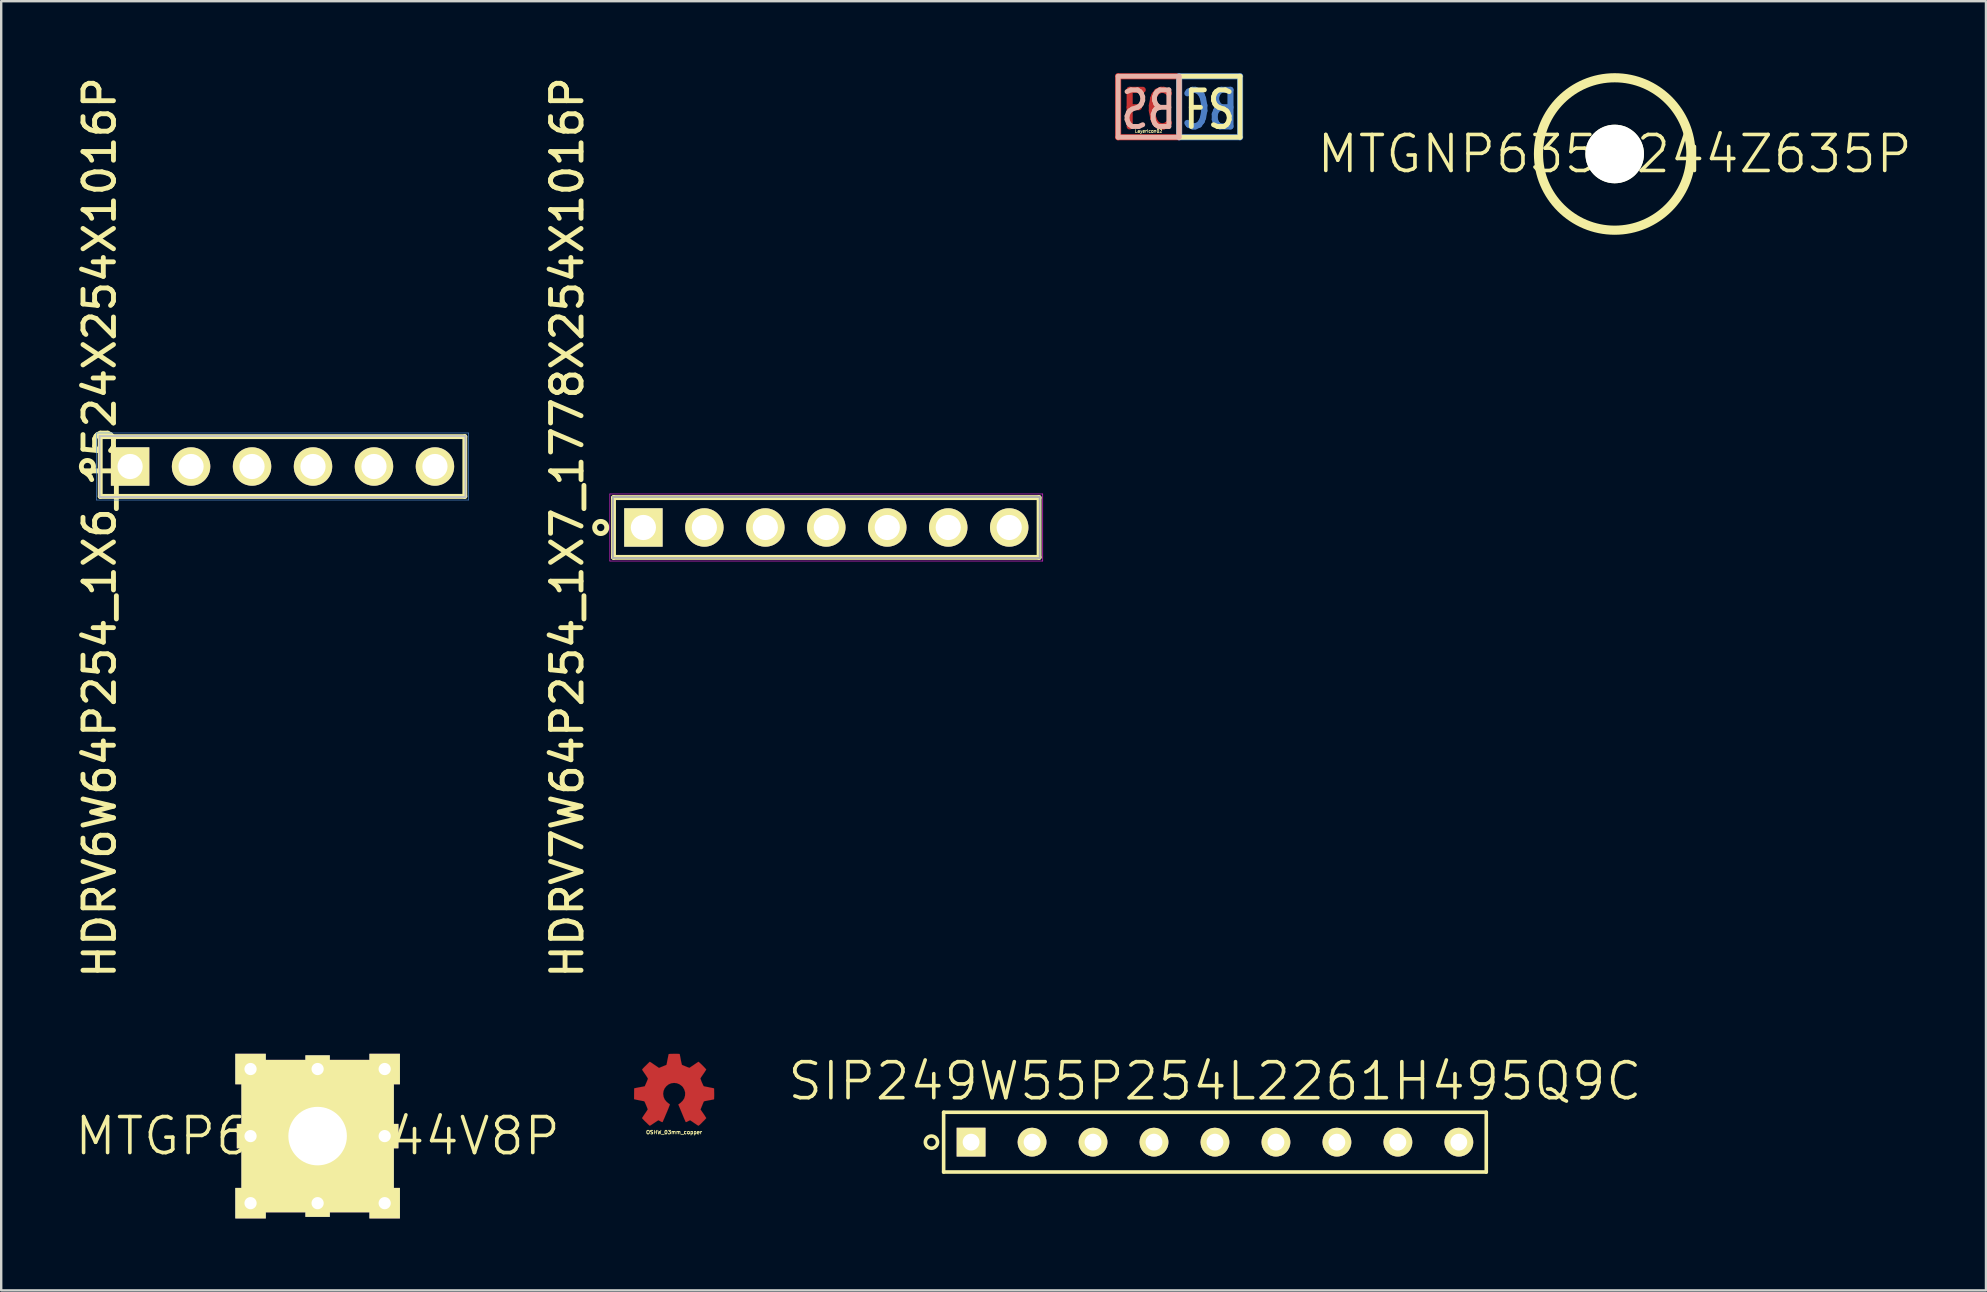
<source format=kicad_pcb>
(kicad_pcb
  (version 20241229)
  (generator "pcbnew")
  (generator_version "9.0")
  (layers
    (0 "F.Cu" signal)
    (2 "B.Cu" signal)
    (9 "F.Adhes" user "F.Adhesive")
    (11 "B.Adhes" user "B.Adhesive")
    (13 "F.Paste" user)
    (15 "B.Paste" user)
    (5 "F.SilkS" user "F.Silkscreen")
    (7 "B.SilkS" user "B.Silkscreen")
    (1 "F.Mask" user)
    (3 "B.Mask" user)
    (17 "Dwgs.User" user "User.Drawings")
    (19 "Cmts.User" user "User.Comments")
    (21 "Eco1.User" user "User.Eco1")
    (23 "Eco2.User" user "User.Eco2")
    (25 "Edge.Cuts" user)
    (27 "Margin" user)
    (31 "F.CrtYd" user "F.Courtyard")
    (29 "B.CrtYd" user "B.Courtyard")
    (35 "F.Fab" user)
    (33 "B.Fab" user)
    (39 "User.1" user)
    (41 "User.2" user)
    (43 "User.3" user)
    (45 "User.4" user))
  (footprint "HDRV6W64P254_1X6_1524X254X1016P"
    (layer "F.Cu")
    (at 8.72 16.385)
    (property "Reference" "HDRV6W64P254_1X6_1524X254X1016P" (at -7.62 2.54 90) (layer "F.SilkS") (effects (font (size 1.27 1.27) (thickness 0.203))))
    (attr through_hole)
    (fp_line (start -7.595 -1.245) (end 7.595 -1.245) (stroke (width 0.203) (type solid)) (layer "F.SilkS"))
    (fp_line (start -7.595 1.245) (end -7.595 -1.245) (stroke (width 0.203) (type solid)) (layer "F.SilkS"))
    (fp_line (start 7.595 -1.245) (end 7.595 1.245) (stroke (width 0.203) (type solid)) (layer "F.SilkS"))
    (fp_line (start 7.595 1.245) (end -7.595 1.245) (stroke (width 0.203) (type solid)) (layer "F.SilkS"))
    (fp_circle (center -8.128 0) (end -8.382 0) (stroke (width 0.203) (type solid)) (fill no) (layer "F.SilkS"))
    (fp_line (start -7.62 -1.27) (end 7.62 -1.27) (stroke (width 0.076) (type solid)) (layer "Dwgs.User"))
    (fp_line (start -7.62 1.27) (end -7.62 -1.27) (stroke (width 0.076) (type solid)) (layer "Dwgs.User"))
    (fp_line (start 7.62 -1.27) (end 7.62 1.27) (stroke (width 0.076) (type solid)) (layer "Dwgs.User"))
    (fp_line (start 7.62 1.27) (end -7.62 1.27) (stroke (width 0.076) (type solid)) (layer "Dwgs.User"))
    (fp_line (start -7.747 -1.397) (end 7.747 -1.397) (stroke (width 0.025) (type solid)) (layer "Cmts.User"))
    (fp_line (start -7.747 1.397) (end -7.747 -1.397) (stroke (width 0.025) (type solid)) (layer "Cmts.User"))
    (fp_line (start 7.747 -1.397) (end 7.747 1.397) (stroke (width 0.025) (type solid)) (layer "Cmts.User"))
    (fp_line (start 7.747 1.397) (end -7.747 1.397) (stroke (width 0.025) (type solid)) (layer "Cmts.User"))
    (pad "1" thru_hole rect (at -6.35 0) (size 1.6 1.6) (drill 1.049) (layers "*.Cu" "*.Mask" "F.SilkS"))
    (pad "2" thru_hole circle (at -3.81 0) (size 1.6 1.6) (drill 1.049) (layers "*.Cu" "*.Mask" "F.SilkS"))
    (pad "3" thru_hole circle (at -1.27 0) (size 1.6 1.6) (drill 1.049) (layers "*.Cu" "*.Mask" "F.SilkS"))
    (pad "4" thru_hole circle (at 1.27 0) (size 1.6 1.6) (drill 1.049) (layers "*.Cu" "*.Mask" "F.SilkS"))
    (pad "5" thru_hole circle (at 3.81 0) (size 1.6 1.6) (drill 1.049) (layers "*.Cu" "*.Mask" "F.SilkS"))
    (pad "6" thru_hole circle (at 6.35 0) (size 1.6 1.6) (drill 1.049) (layers "*.Cu" "*.Mask" "F.SilkS")))
  (footprint "MTGP635H244V8P"
    (layer "F.Cu")
    (at 10.182 44.28)
    (property "Reference" "MTGP635H244V8P" (at 0 0 0) (layer "F.SilkS") (effects (font (size 1.5 1.5) (thickness 0.15))))
    (attr through_hole)
    (pad "0" thru_hole rect (at -2.794 -2.794) (size 1.27 1.27) (drill 0.508) (layers "*.Cu" "*.Mask" "F.SilkS"))
    (pad "0" thru_hole rect (at -2.794 0) (size 1.143 1.016) (drill 0.508) (layers "*.Cu" "*.Mask" "F.SilkS"))
    (pad "0" thru_hole rect (at -2.794 2.794) (size 1.27 1.27) (drill 0.508) (layers "*.Cu" "*.Mask" "F.SilkS"))
    (pad "0" thru_hole rect (at 0 -2.794) (size 1.016 1.143) (drill 0.508) (layers "*.Cu" "*.Mask" "F.SilkS"))
    (pad "0" thru_hole rect (at 0 0 180) (size 6.35 6.35) (drill 2.438) (layers "*.Cu" "*.Mask" "F.SilkS"))
    (pad "0" thru_hole rect (at 0 2.794) (size 1.016 1.143) (drill 0.508) (layers "*.Cu" "*.Mask" "F.SilkS"))
    (pad "0" thru_hole rect (at 2.794 -2.794) (size 1.27 1.27) (drill 0.508) (layers "*.Cu" "*.Mask" "F.SilkS"))
    (pad "0" thru_hole rect (at 2.794 0) (size 1.143 1.016) (drill 0.508) (layers "*.Cu" "*.Mask" "F.SilkS"))
    (pad "0" thru_hole rect (at 2.794 2.794) (size 1.27 1.27) (drill 0.508) (layers "*.Cu" "*.Mask" "F.SilkS")))
  (footprint "LayerIcon02"
    (layer "F.Cu")
    (at 44.801 1.397)
    (property "Reference" "LayerIcon02" (at 0 1.016 0) (layer "F.SilkS") (effects (font (size 0.127 0.127) (thickness 0.025))))
    (attr through_hole)
    (fp_line (start -1.27 -1.27) (end 1.27 -1.27) (stroke (width 0.254) (type solid)) (layer "F.Cu"))
    (fp_line (start -1.27 1.27) (end -1.27 -1.27) (stroke (width 0.254) (type solid)) (layer "F.Cu"))
    (fp_line (start 1.27 -1.27) (end 1.27 1.27) (stroke (width 0.254) (type solid)) (layer "F.Cu"))
    (fp_line (start 1.27 1.27) (end -1.27 1.27) (stroke (width 0.254) (type solid)) (layer "F.Cu"))
    (fp_line (start 1.27 -1.27) (end 3.81 -1.27) (stroke (width 0.254) (type solid)) (layer "B.Cu"))
    (fp_line (start 1.27 1.27) (end 1.27 -1.27) (stroke (width 0.254) (type solid)) (layer "B.Cu"))
    (fp_line (start 3.81 -1.27) (end 3.81 1.27) (stroke (width 0.254) (type solid)) (layer "B.Cu"))
    (fp_line (start 3.81 1.27) (end 1.27 1.27) (stroke (width 0.254) (type solid)) (layer "B.Cu"))
    (fp_line (start 1.27 1.27) (end 1.27 -1.27) (stroke (width 0.203) (type solid)) (layer "F.SilkS"))
    (fp_line (start 1.27 1.27) (end 3.81 1.27) (stroke (width 0.203) (type solid)) (layer "F.SilkS"))
    (fp_line (start 3.81 -1.27) (end 1.27 -1.27) (stroke (width 0.203) (type solid)) (layer "F.SilkS"))
    (fp_line (start 3.81 -1.27) (end 3.81 1.27) (stroke (width 0.203) (type solid)) (layer "F.SilkS"))
    (fp_line (start -1.27 -1.27) (end -1.27 1.27) (stroke (width 0.203) (type solid)) (layer "B.SilkS"))
    (fp_line (start -1.27 1.27) (end 1.27 1.27) (stroke (width 0.203) (type solid)) (layer "B.SilkS"))
    (fp_line (start 1.27 -1.27) (end -1.27 -1.27) (stroke (width 0.203) (type solid)) (layer "B.SilkS"))
    (fp_line (start 1.27 1.27) (end 1.27 -1.27) (stroke (width 0.203) (type solid)) (layer "B.SilkS"))
    (fp_text user "FC" (at 0 0.127 0) (layer "F.Cu") (effects (font (size 1.524 1.143) (thickness 0.254))))
    (fp_text user "BC" (at 2.54 0.127 0) (layer "B.Cu") (effects (font (size 1.524 1.143) (thickness 0.254)) (justify mirror)))
    (fp_text user "FS" (at 2.54 0.127 0) (layer "F.SilkS") (effects (font (size 1.524 1.143) (thickness 0.203))))
    (fp_text user "BS" (at 0 0.127 0) (layer "B.SilkS") (effects (font (size 1.524 1.143) (thickness 0.203)) (justify mirror))))
  (footprint "HDRV7W64P254_1X7_1778X254X1016P"
    (layer "F.Cu")
    (at 31.374 18.925)
    (property "Reference" "HDRV7W64P254_1X7_1778X254X1016P" (at -10.795 0 90) (layer "F.SilkS") (effects (font (size 1.27 1.27) (thickness 0.203))))
    (attr through_hole)
    (fp_line (start -8.865 -1.245) (end 8.865 -1.245) (stroke (width 0.203) (type solid)) (layer "F.SilkS"))
    (fp_line (start -8.865 1.245) (end -8.865 -1.245) (stroke (width 0.203) (type solid)) (layer "F.SilkS"))
    (fp_line (start 8.865 -1.245) (end 8.865 1.245) (stroke (width 0.203) (type solid)) (layer "F.SilkS"))
    (fp_line (start 8.865 1.245) (end -8.865 1.245) (stroke (width 0.203) (type solid)) (layer "F.SilkS"))
    (fp_circle (center -9.398 0) (end -9.652 0) (stroke (width 0.203) (type solid)) (fill no) (layer "F.SilkS"))
    (fp_line (start -9.017 -1.397) (end 9.017 -1.397) (stroke (width 0.025) (type solid)) (layer "F.CrtYd"))
    (fp_line (start -9.017 1.397) (end -9.017 -1.397) (stroke (width 0.025) (type solid)) (layer "F.CrtYd"))
    (fp_line (start 9.017 -1.397) (end 9.017 1.397) (stroke (width 0.025) (type solid)) (layer "F.CrtYd"))
    (fp_line (start 9.017 1.397) (end -9.017 1.397) (stroke (width 0.025) (type solid)) (layer "F.CrtYd"))
    (fp_line (start -8.89 -1.27) (end 8.89 -1.27) (stroke (width 0.076) (type solid)) (layer "F.Fab"))
    (fp_line (start -8.89 1.27) (end -8.89 -1.27) (stroke (width 0.076) (type solid)) (layer "F.Fab"))
    (fp_line (start 8.89 -1.27) (end 8.89 1.27) (stroke (width 0.076) (type solid)) (layer "F.Fab"))
    (fp_line (start 8.89 1.27) (end -8.89 1.27) (stroke (width 0.076) (type solid)) (layer "F.Fab"))
    (pad "1" thru_hole rect (at -7.62 0) (size 1.6 1.6) (drill 1.049) (layers "*.Cu" "*.Mask" "F.SilkS"))
    (pad "2" thru_hole circle (at -5.08 0) (size 1.6 1.6) (drill 1.049) (layers "*.Cu" "*.Mask" "F.SilkS"))
    (pad "3" thru_hole circle (at -2.54 0) (size 1.6 1.6) (drill 1.049) (layers "*.Cu" "*.Mask" "F.SilkS"))
    (pad "4" thru_hole circle (at 0 0) (size 1.6 1.6) (drill 1.049) (layers "*.Cu" "*.Mask" "F.SilkS"))
    (pad "5" thru_hole circle (at 2.54 0) (size 1.6 1.6) (drill 1.049) (layers "*.Cu" "*.Mask" "F.SilkS"))
    (pad "6" thru_hole circle (at 5.08 0) (size 1.6 1.6) (drill 1.049) (layers "*.Cu" "*.Mask" "F.SilkS"))
    (pad "7" thru_hole circle (at 7.62 0) (size 1.6 1.6) (drill 1.049) (layers "*.Cu" "*.Mask" "F.SilkS")))
  (footprint "MTGNP635H244Z635P"
    (layer "F.Cu")
    (at 64.218 3.365)
    (property "Reference" "MTGNP635H244Z635P" (at 0 0 0) (layer "F.SilkS") (effects (font (size 1.5 1.5) (thickness 0.15))))
    (attr through_hole)
    (fp_circle (center 0 0) (end 0 3.175) (stroke (width 0.381) (type solid)) (fill no) (layer "F.SilkS"))
    (pad "" np_thru_hole circle (at 0 0) (size 2.44 2.44) (drill 2.44) (layers "*.Cu" "*.Mask" "F.SilkS")))
  (footprint "SIP249W55P254L2261H495Q9C"
    (layer "F.Cu")
    (at 47.565 44.532)
    (property "Reference" "SIP249W55P254L2261H495Q9C" (at 0 -2.54 0) (layer "F.SilkS") (effects (font (size 1.5 1.5) (thickness 0.15))))
    (attr through_hole)
    (fp_line (start -11.303 -1.245) (end 11.303 -1.245) (stroke (width 0.15) (type solid)) (layer "F.SilkS"))
    (fp_line (start -11.303 1.245) (end -11.303 -1.245) (stroke (width 0.15) (type solid)) (layer "F.SilkS"))
    (fp_line (start 11.303 -1.245) (end 11.303 1.245) (stroke (width 0.15) (type solid)) (layer "F.SilkS"))
    (fp_line (start 11.303 1.245) (end -11.303 1.245) (stroke (width 0.15) (type solid)) (layer "F.SilkS"))
    (fp_circle (center -11.811 0) (end -11.557 0) (stroke (width 0.15) (type solid)) (fill no) (layer "F.SilkS"))
    (pad "1" thru_hole rect (at -10.16 0) (size 1.2 1.2) (drill 0.7) (layers "*.Cu" "*.Mask" "F.SilkS"))
    (pad "2" thru_hole circle (at -7.62 0) (size 1.2 1.2) (drill 0.7) (layers "*.Cu" "*.Mask" "F.SilkS"))
    (pad "3" thru_hole circle (at -5.08 0) (size 1.2 1.2) (drill 0.7) (layers "*.Cu" "*.Mask" "F.SilkS"))
    (pad "4" thru_hole circle (at -2.54 0) (size 1.2 1.2) (drill 0.7) (layers "*.Cu" "*.Mask" "F.SilkS"))
    (pad "5" thru_hole circle (at 0 0) (size 1.2 1.2) (drill 0.7) (layers "*.Cu" "*.Mask" "F.SilkS"))
    (pad "6" thru_hole circle (at 2.54 0) (size 1.2 1.2) (drill 0.7) (layers "*.Cu" "*.Mask" "F.SilkS"))
    (pad "7" thru_hole circle (at 5.08 0) (size 1.2 1.2) (drill 0.7) (layers "*.Cu" "*.Mask" "F.SilkS"))
    (pad "8" thru_hole circle (at 7.62 0) (size 1.2 1.2) (drill 0.7) (layers "*.Cu" "*.Mask" "F.SilkS"))
    (pad "9" thru_hole circle (at 10.16 0) (size 1.2 1.2) (drill 0.7) (layers "*.Cu" "*.Mask" "F.SilkS")))
  (footprint "OSHW_03mm_copper"
    (layer "F.Cu")
    (at 25.034 42.351)
    (property "Reference" "OSHW_03mm_copper" (at 0 1.77 0) (layer "F.SilkS") (effects (font (size 0.152 0.152) (thickness 0.03))))
    (attr through_hole)
    (fp_poly (pts (xy -1.011 1.499) (xy -0.993 1.488) (xy -0.955 1.466) (xy -0.899 1.427) (xy -0.833 1.384) (xy -0.767 1.339) (xy -0.711 1.303) (xy -0.673 1.278) (xy -0.658 1.27) (xy -0.65 1.273) (xy -0.617 1.288) (xy -0.574 1.311) (xy -0.546 1.326) (xy -0.505 1.344) (xy -0.483 1.346) (xy -0.48 1.341) (xy -0.465 1.311) (xy -0.442 1.255) (xy -0.409 1.184) (xy -0.373 1.097) (xy -0.335 1.006) (xy -0.295 0.914) (xy -0.259 0.826) (xy -0.226 0.744) (xy -0.201 0.678) (xy -0.183 0.635) (xy -0.175 0.615) (xy -0.178 0.61) (xy -0.198 0.589) (xy -0.236 0.564) (xy -0.315 0.498) (xy -0.394 0.401) (xy -0.439 0.292) (xy -0.457 0.168) (xy -0.442 0.053) (xy -0.399 -0.053) (xy -0.323 -0.152) (xy -0.229 -0.226) (xy -0.122 -0.272) (xy 0 -0.287) (xy 0.114 -0.274) (xy 0.226 -0.229) (xy 0.325 -0.155) (xy 0.368 -0.107) (xy 0.424 -0.008) (xy 0.457 0.099) (xy 0.46 0.127) (xy 0.455 0.244) (xy 0.422 0.356) (xy 0.358 0.455) (xy 0.274 0.538) (xy 0.262 0.546) (xy 0.224 0.577) (xy 0.196 0.597) (xy 0.175 0.612) (xy 0.325 0.973) (xy 0.348 1.029) (xy 0.389 1.128) (xy 0.424 1.212) (xy 0.455 1.28) (xy 0.475 1.326) (xy 0.483 1.344) (xy 0.498 1.346) (xy 0.523 1.336) (xy 0.574 1.313) (xy 0.607 1.295) (xy 0.645 1.278) (xy 0.663 1.27) (xy 0.678 1.278) (xy 0.714 1.3) (xy 0.767 1.336) (xy 0.833 1.382) (xy 0.894 1.422) (xy 0.95 1.46) (xy 0.991 1.486) (xy 1.011 1.496) (xy 1.013 1.496) (xy 1.031 1.486) (xy 1.064 1.46) (xy 1.113 1.415) (xy 1.181 1.346) (xy 1.191 1.333) (xy 1.25 1.278) (xy 1.295 1.229) (xy 1.326 1.194) (xy 1.339 1.179) (xy 1.328 1.158) (xy 1.3 1.118) (xy 1.265 1.059) (xy 1.219 0.993) (xy 1.1 0.82) (xy 1.166 0.658) (xy 1.186 0.607) (xy 1.212 0.546) (xy 1.229 0.503) (xy 1.24 0.485) (xy 1.257 0.478) (xy 1.3 0.467) (xy 1.367 0.455) (xy 1.443 0.439) (xy 1.516 0.427) (xy 1.582 0.414) (xy 1.631 0.404) (xy 1.654 0.401) (xy 1.659 0.396) (xy 1.664 0.386) (xy 1.666 0.363) (xy 1.666 0.323) (xy 1.669 0.259) (xy 1.669 0.168) (xy 1.669 0.157) (xy 1.666 0.071) (xy 1.666 0) (xy 1.664 -0.043) (xy 1.661 -0.061) (xy 1.638 -0.066) (xy 1.593 -0.076) (xy 1.527 -0.089) (xy 1.448 -0.104) (xy 1.443 -0.107) (xy 1.364 -0.122) (xy 1.295 -0.135) (xy 1.25 -0.145) (xy 1.232 -0.152) (xy 1.227 -0.157) (xy 1.212 -0.188) (xy 1.189 -0.236) (xy 1.161 -0.297) (xy 1.135 -0.358) (xy 1.115 -0.414) (xy 1.1 -0.457) (xy 1.095 -0.475) (xy 1.107 -0.495) (xy 1.133 -0.536) (xy 1.171 -0.592) (xy 1.219 -0.66) (xy 1.222 -0.665) (xy 1.267 -0.732) (xy 1.303 -0.787) (xy 1.328 -0.828) (xy 1.339 -0.846) (xy 1.336 -0.848) (xy 1.323 -0.866) (xy 1.288 -0.904) (xy 1.24 -0.955) (xy 1.181 -1.016) (xy 1.163 -1.034) (xy 1.097 -1.097) (xy 1.052 -1.138) (xy 1.024 -1.161) (xy 1.011 -1.166) (xy 0.991 -1.153) (xy 0.947 -1.125) (xy 0.892 -1.087) (xy 0.823 -1.041) (xy 0.818 -1.036) (xy 0.752 -0.991) (xy 0.696 -0.955) (xy 0.658 -0.927) (xy 0.64 -0.917) (xy 0.638 -0.917) (xy 0.61 -0.925) (xy 0.561 -0.942) (xy 0.503 -0.965) (xy 0.442 -0.991) (xy 0.386 -1.013) (xy 0.343 -1.031) (xy 0.325 -1.044) (xy 0.323 -1.044) (xy 0.318 -1.069) (xy 0.305 -1.118) (xy 0.29 -1.186) (xy 0.274 -1.27) (xy 0.272 -1.283) (xy 0.257 -1.361) (xy 0.244 -1.427) (xy 0.236 -1.473) (xy 0.231 -1.491) (xy 0.218 -1.494) (xy 0.18 -1.496) (xy 0.122 -1.499) (xy 0.051 -1.499) (xy -0.025 -1.499) (xy -0.099 -1.496) (xy -0.16 -1.496) (xy -0.206 -1.491) (xy -0.226 -1.488) (xy -0.226 -1.486) (xy -0.234 -1.463) (xy -0.244 -1.412) (xy -0.257 -1.344) (xy -0.274 -1.262) (xy -0.277 -1.247) (xy -0.292 -1.168) (xy -0.305 -1.102) (xy -0.315 -1.057) (xy -0.32 -1.039) (xy -0.325 -1.036) (xy -0.358 -1.021) (xy -0.411 -1.001) (xy -0.478 -0.973) (xy -0.63 -0.912) (xy -0.818 -1.039) (xy -0.836 -1.052) (xy -0.902 -1.097) (xy -0.958 -1.135) (xy -0.996 -1.158) (xy -1.013 -1.168) (xy -1.034 -1.151) (xy -1.069 -1.118) (xy -1.12 -1.067) (xy -1.179 -1.008) (xy -1.224 -0.965) (xy -1.275 -0.912) (xy -1.308 -0.876) (xy -1.326 -0.853) (xy -1.331 -0.841) (xy -1.331 -0.831) (xy -1.318 -0.813) (xy -1.29 -0.77) (xy -1.252 -0.714) (xy -1.206 -0.648) (xy -1.168 -0.592) (xy -1.128 -0.528) (xy -1.102 -0.485) (xy -1.092 -0.462) (xy -1.095 -0.452) (xy -1.107 -0.417) (xy -1.13 -0.361) (xy -1.158 -0.295) (xy -1.224 -0.147) (xy -1.321 -0.127) (xy -1.379 -0.117) (xy -1.463 -0.102) (xy -1.542 -0.086) (xy -1.664 -0.061) (xy -1.669 0.389) (xy -1.648 0.396) (xy -1.631 0.401) (xy -1.585 0.411) (xy -1.521 0.424) (xy -1.443 0.439) (xy -1.379 0.452) (xy -1.313 0.465) (xy -1.265 0.472) (xy -1.245 0.478) (xy -1.24 0.485) (xy -1.222 0.516) (xy -1.199 0.566) (xy -1.173 0.627) (xy -1.146 0.691) (xy -1.123 0.749) (xy -1.107 0.795) (xy -1.1 0.818) (xy -1.11 0.836) (xy -1.135 0.874) (xy -1.171 0.93) (xy -1.217 0.996) (xy -1.26 1.059) (xy -1.298 1.118) (xy -1.323 1.156) (xy -1.336 1.176) (xy -1.331 1.189) (xy -1.303 1.219) (xy -1.255 1.27) (xy -1.181 1.344) (xy -1.168 1.354) (xy -1.11 1.412) (xy -1.062 1.458) (xy -1.026 1.488) (xy -1.011 1.499)) (stroke (width 0.003) (type solid)) (fill yes) (layer "F.Cu")))
  (gr_rect
    (start -3 -3)
    (end 79.686 50.709)
    (stroke (width 0.1) (type default))
    (fill no)
    (layer "Edge.Cuts")))
</source>
